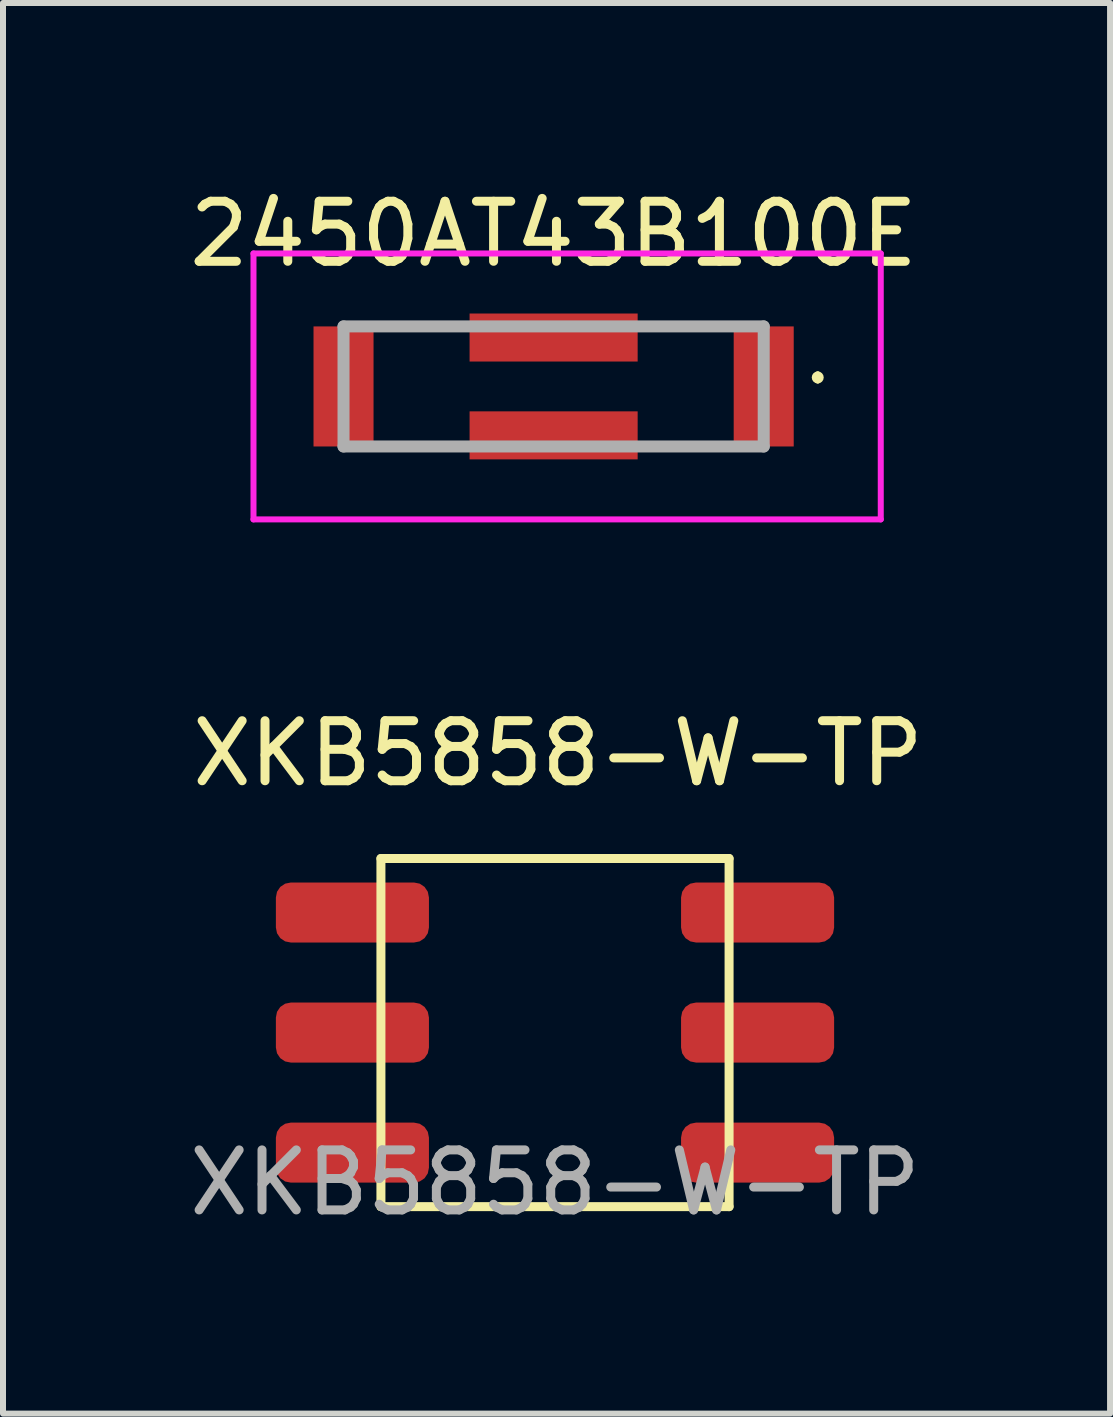
<source format=kicad_pcb>
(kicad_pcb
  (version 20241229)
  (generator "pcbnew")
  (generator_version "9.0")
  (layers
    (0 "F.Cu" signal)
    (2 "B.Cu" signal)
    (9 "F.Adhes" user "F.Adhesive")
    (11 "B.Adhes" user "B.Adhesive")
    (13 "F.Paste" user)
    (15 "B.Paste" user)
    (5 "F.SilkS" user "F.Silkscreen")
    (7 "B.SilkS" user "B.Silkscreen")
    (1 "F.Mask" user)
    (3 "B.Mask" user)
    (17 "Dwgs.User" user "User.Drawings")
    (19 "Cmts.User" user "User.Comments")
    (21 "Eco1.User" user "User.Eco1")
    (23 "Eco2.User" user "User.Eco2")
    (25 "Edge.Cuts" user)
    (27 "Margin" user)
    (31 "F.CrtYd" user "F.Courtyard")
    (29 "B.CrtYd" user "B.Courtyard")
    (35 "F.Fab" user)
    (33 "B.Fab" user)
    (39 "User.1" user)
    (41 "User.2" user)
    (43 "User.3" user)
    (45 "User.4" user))
  (footprint "XKB5858-W-TP"
    (layer "F.Cu")
    (at 6.196 14.152)
    (property "Reference" "XKB5858-W-TP" (at 0.05 -4.65 0) (unlocked yes) (layer "F.SilkS") (effects (font (size 1 1) (thickness 0.15))))
    (attr smd)
    (fp_line (start -2.9 -2.9) (end -2.9 2.9) (stroke (width 0.15) (type solid)) (layer "F.SilkS"))
    (fp_line (start -2.9 -2.9) (end 2.9 -2.9) (stroke (width 0.15) (type solid)) (layer "F.SilkS"))
    (fp_line (start -2.9 2.9) (end 2.9 2.9) (stroke (width 0.15) (type solid)) (layer "F.SilkS"))
    (fp_line (start 2.9 -2.9) (end 2.9 2.9) (stroke (width 0.15) (type solid)) (layer "F.SilkS"))
    (fp_text user "${REFERENCE}" (at 0 2.5 0) (unlocked yes) (layer "F.Fab") (effects (font (size 1 1) (thickness 0.15))))
    (pad "1" smd roundrect (at -3.375 -2) (size 2.55 1) (layers "F.Cu" "F.Mask" "F.Paste") (roundrect_rratio 0.25))
    (pad "2" smd roundrect (at -3.375 0) (size 2.55 1) (layers "F.Cu" "F.Mask" "F.Paste") (roundrect_rratio 0.25))
    (pad "3" smd roundrect (at -3.375 2) (size 2.55 1) (layers "F.Cu" "F.Mask" "F.Paste") (roundrect_rratio 0.25))
    (pad "4" smd roundrect (at 3.375 -2) (size 2.55 1) (layers "F.Cu" "F.Mask" "F.Paste") (roundrect_rratio 0.25))
    (pad "5" smd roundrect (at 3.375 0) (size 2.55 1) (layers "F.Cu" "F.Mask" "F.Paste") (roundrect_rratio 0.25))
    (pad "6" smd roundrect (at 3.375 2) (size 2.55 1) (layers "F.Cu" "F.Mask" "F.Paste") (roundrect_rratio 0.25)))
  (footprint "2450AT43B100E"
    (layer "F.Cu")
    (at 6.173 3.388)
    (property "Reference" "2450AT43B100E" (at 0 -2.54 0) (layer "F.SilkS") (effects (font (size 1 1) (thickness 0.15))))
    (attr smd)
    (fp_line (start -1.6 -1) (end -2.8 -1) (stroke (width 0.1) (type solid)) (layer "F.SilkS"))
    (fp_line (start -1.6 1) (end -2.8 1) (stroke (width 0.1) (type solid)) (layer "F.SilkS"))
    (fp_line (start 2.8 -1) (end 1.6 -1) (stroke (width 0.1) (type solid)) (layer "F.SilkS"))
    (fp_line (start 2.8 1) (end 1.6 1) (stroke (width 0.1) (type solid)) (layer "F.SilkS"))
    (fp_line (start 4.4 -0.2) (end 4.4 -0.2) (stroke (width 0.1) (type solid)) (layer "F.SilkS"))
    (fp_line (start 4.4 -0.1) (end 4.4 -0.1) (stroke (width 0.1) (type solid)) (layer "F.SilkS"))
    (fp_arc (start 4.4 -0.2) (mid 4.45 -0.15) (end 4.4 -0.1) (stroke (width 0.1) (type solid)) (layer "F.SilkS"))
    (fp_arc (start 4.4 -0.1) (mid 4.35 -0.15) (end 4.4 -0.2) (stroke (width 0.1) (type solid)) (layer "F.SilkS"))
    (fp_line (start -5 -2.215) (end -5 2.215) (stroke (width 0.1) (type solid)) (layer "F.CrtYd"))
    (fp_line (start -5 2.215) (end 5.45 2.215) (stroke (width 0.1) (type solid)) (layer "F.CrtYd"))
    (fp_line (start 5.45 -2.215) (end -5 -2.215) (stroke (width 0.1) (type solid)) (layer "F.CrtYd"))
    (fp_line (start 5.45 2.215) (end 5.45 -2.215) (stroke (width 0.1) (type solid)) (layer "F.CrtYd"))
    (fp_line (start -3.5 -1) (end -3.5 1) (stroke (width 0.2) (type solid)) (layer "F.Fab"))
    (fp_line (start -3.5 1) (end 3.5 1) (stroke (width 0.2) (type solid)) (layer "F.Fab"))
    (fp_line (start 3.5 -1) (end -3.5 -1) (stroke (width 0.2) (type solid)) (layer "F.Fab"))
    (fp_line (start 3.5 1) (end 3.5 -1) (stroke (width 0.2) (type solid)) (layer "F.Fab"))
    (pad "1" smd rect (at 3.5 0) (size 1 2) (layers "F.Cu" "F.Mask" "F.Paste"))
    (pad "2" smd rect (at -3.5 0) (size 1 2) (layers "F.Cu" "F.Mask" "F.Paste"))
    (pad "3" smd rect (at 0 -0.815 90) (size 0.8 2.8) (layers "F.Cu" "F.Mask" "F.Paste"))
    (pad "4" smd rect (at 0 0.815 90) (size 0.8 2.8) (layers "F.Cu" "F.Mask" "F.Paste")))
  (gr_rect
    (start -3 -3)
    (end 15.443 20.5)
    (stroke (width 0.1) (type default))
    (fill no)
    (layer "Edge.Cuts")))
</source>
